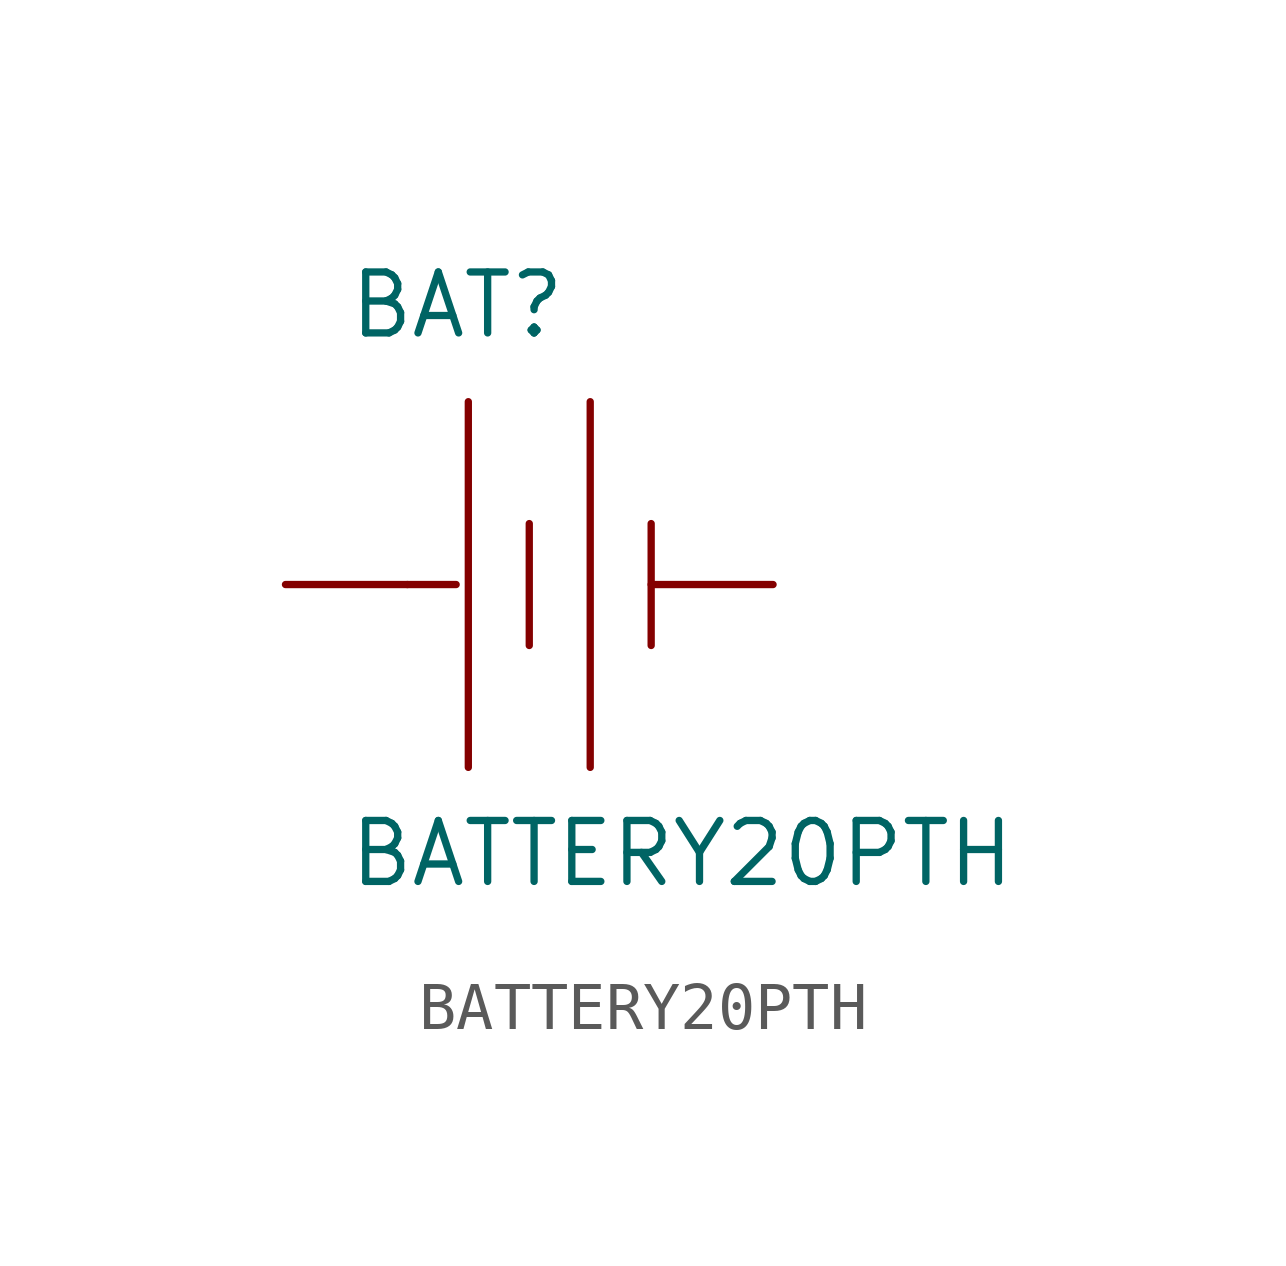
<source format=kicad_sym>
(kicad_symbol_lib
  (version 20211014)
  (generator kicad_symbol_editor)
  (symbol "BATTERY20PTH"
    (pin_numbers hide)
    (pin_names
      (offset 1.016) hide)
    (property "Reference" "BAT"
      (at -3.81 5.08 0)
      (effects (font (size 1.27 1.27)) (justify left bottom)))
    (property "Value" "BATTERY20PTH"
      (at -3.81 -6.35 0)
      (effects (font (size 1.27 1.27)) (justify left bottom)))
    (property "ki_locked" ""
      (at 0 0 0)
      (effects (font (size 1.27 1.27))))
    (symbol "BATTERY20PTH_1_0"
      (polyline (pts (xy -2.54 0) (xy -1.524 0)) (stroke (width 0) (type default) (color 0 0 0 0)) (fill (type none)))
      (polyline (pts (xy -1.27 3.81) (xy -1.27 -3.81)) (stroke (width 0) (type default) (color 0 0 0 0)) (fill (type none)))
      (polyline (pts (xy 0 1.27) (xy 0 -1.27)) (stroke (width 0) (type default) (color 0 0 0 0)) (fill (type none)))
      (polyline (pts (xy 1.27 3.81) (xy 1.27 -3.81)) (stroke (width 0) (type default) (color 0 0 0 0)) (fill (type none)))
      (polyline (pts (xy 2.54 1.27) (xy 2.54 -1.27)) (stroke (width 0) (type default) (color 0 0 0 0)) (fill (type none))))
    (symbol "BATTERY20PTH_1_1"
      (pin power_in line (at -5.08 0 0) (length 2.54) (name "+" (effects (font (size 1.016 1.016)))) (number "1" (effects (font (size 1.016 1.016)))))
      (pin power_in line (at 5.08 0 180) (length 2.54) (name "-" (effects (font (size 1.016 1.016)))) (number "2" (effects (font (size 1.016 1.016))))))))
</source>
